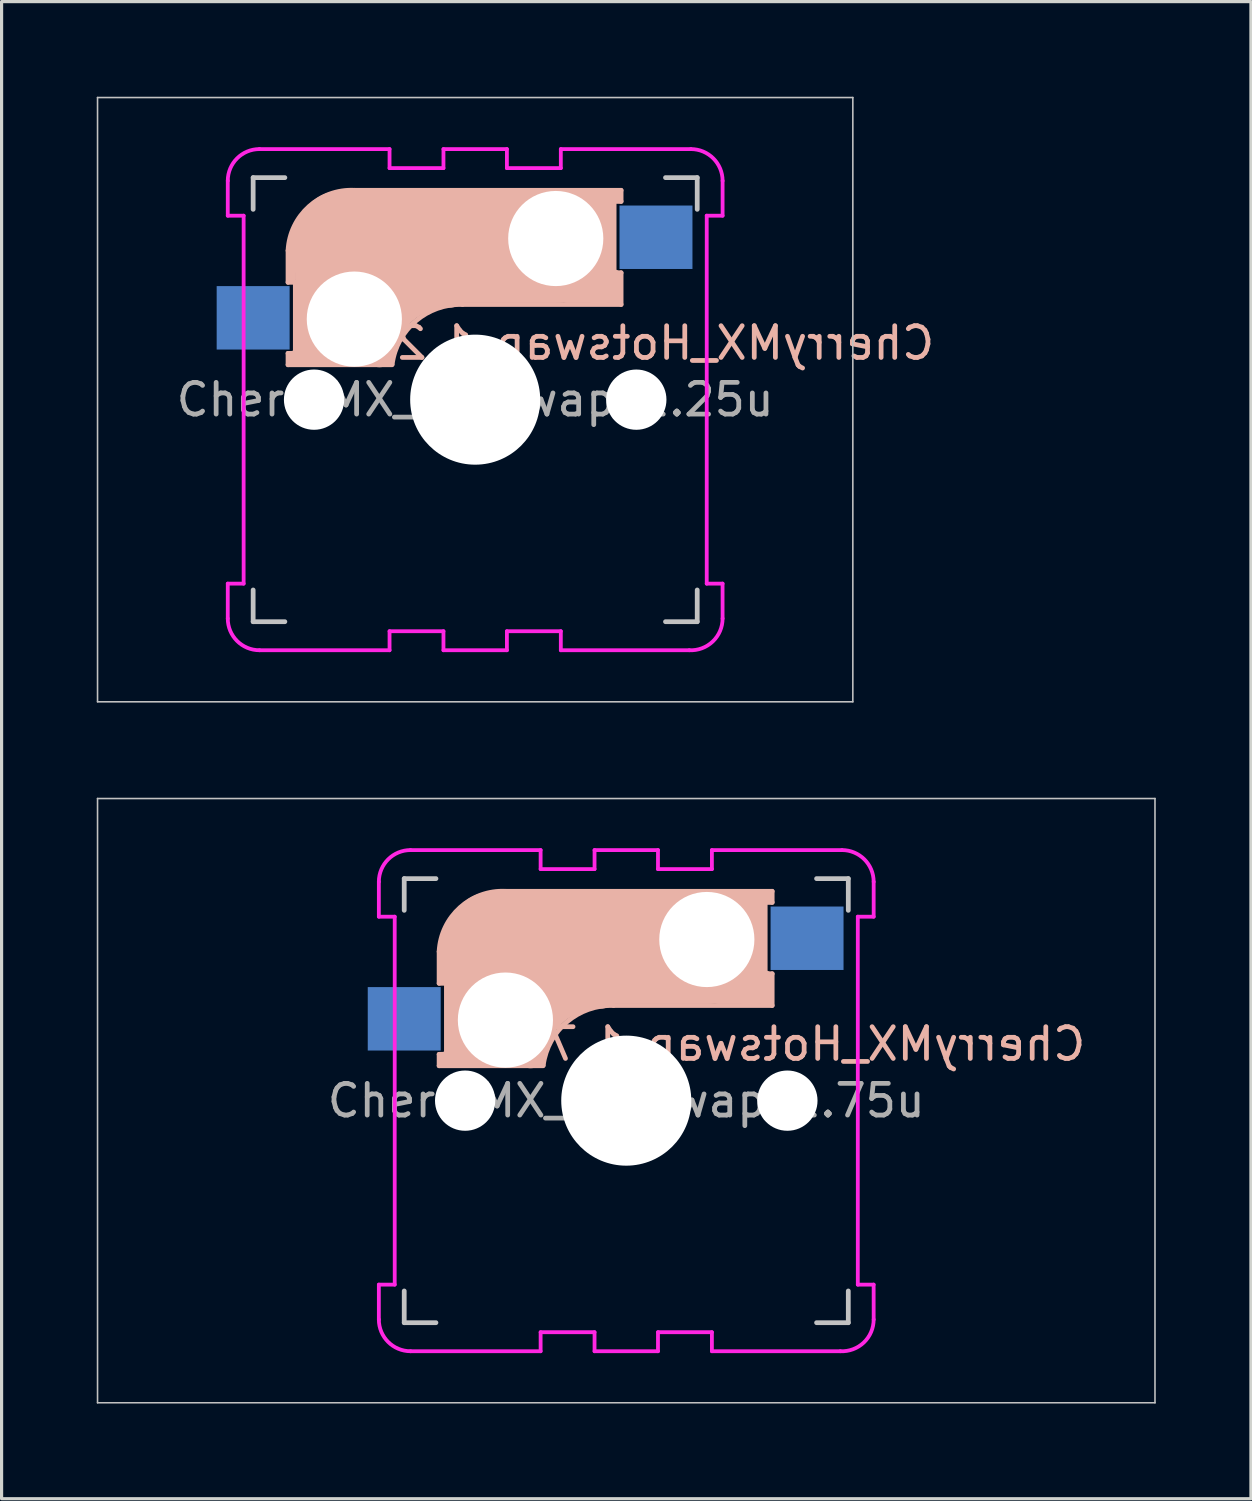
<source format=kicad_pcb>
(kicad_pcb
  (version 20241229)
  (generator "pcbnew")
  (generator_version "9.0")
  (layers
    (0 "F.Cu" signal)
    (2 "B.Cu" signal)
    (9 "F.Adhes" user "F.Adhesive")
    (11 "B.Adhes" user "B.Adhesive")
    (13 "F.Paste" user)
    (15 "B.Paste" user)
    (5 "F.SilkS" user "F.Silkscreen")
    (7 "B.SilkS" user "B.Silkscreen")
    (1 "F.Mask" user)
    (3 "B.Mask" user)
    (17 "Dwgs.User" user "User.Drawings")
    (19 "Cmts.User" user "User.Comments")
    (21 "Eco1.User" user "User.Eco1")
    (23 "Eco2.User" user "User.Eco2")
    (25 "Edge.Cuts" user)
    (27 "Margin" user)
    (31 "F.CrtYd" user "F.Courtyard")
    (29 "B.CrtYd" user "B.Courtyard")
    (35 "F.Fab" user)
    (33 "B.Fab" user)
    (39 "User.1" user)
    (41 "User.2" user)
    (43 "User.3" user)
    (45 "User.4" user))
  (footprint "CherryMX_Hotswap_1.75u"
    (layer "F.Cu")
    (at 16.694 31.65)
    (property "Reference" "CherryMX_Hotswap_1.75u" (at 0 0 0) (layer "F.Fab") (effects (font (size 1 1) (thickness 0.15))))
    (attr through_hole)
    (fp_line (start -5.9 -4.7) (end -5.9 -3.7) (stroke (width 0.15) (type solid)) (layer "B.SilkS"))
    (fp_line (start -5.9 -3.7) (end -5.7 -3.7) (stroke (width 0.15) (type solid)) (layer "B.SilkS"))
    (fp_line (start -5.9 -1.1) (end -5.9 -1.46) (stroke (width 0.15) (type solid)) (layer "B.SilkS"))
    (fp_line (start -5.9 -1.1) (end -2.62 -1.1) (stroke (width 0.15) (type solid)) (layer "B.SilkS"))
    (fp_line (start -5.8 -3.8) (end -5.8 -4.7) (stroke (width 0.3) (type solid)) (layer "B.SilkS"))
    (fp_line (start -5.7 -1.46) (end -5.9 -1.46) (stroke (width 0.15) (type solid)) (layer "B.SilkS"))
    (fp_line (start -5.7 -1.3) (end -3 -1.3) (stroke (width 0.5) (type solid)) (layer "B.SilkS"))
    (fp_line (start -5.67 -3.7) (end -5.67 -1.46) (stroke (width 0.15) (type solid)) (layer "B.SilkS"))
    (fp_line (start -5.3 -1.6) (end -5.3 -3.4) (stroke (width 0.8) (type solid)) (layer "B.SilkS"))
    (fp_line (start -4.17 -5.1) (end -4.17 -2.86) (stroke (width 3) (type solid)) (layer "B.SilkS"))
    (fp_line (start -0.4 -3) (end 4.6 -3) (stroke (width 0.15) (type solid)) (layer "B.SilkS"))
    (fp_line (start 2.6 -4.8) (end -4.1 -4.8) (stroke (width 3.5) (type solid)) (layer "B.SilkS"))
    (fp_line (start 3.9 -6) (end 3.9 -3.5) (stroke (width 1) (type solid)) (layer "B.SilkS"))
    (fp_line (start 4.3 -3.3) (end 2.9 -3.3) (stroke (width 0.5) (type solid)) (layer "B.SilkS"))
    (fp_line (start 4.38 -4) (end 4.38 -6.25) (stroke (width 0.15) (type solid)) (layer "B.SilkS"))
    (fp_line (start 4.4 -6.4) (end 3 -6.4) (stroke (width 0.4) (type solid)) (layer "B.SilkS"))
    (fp_line (start 4.4 -6.25) (end 4.6 -6.25) (stroke (width 0.15) (type solid)) (layer "B.SilkS"))
    (fp_line (start 4.4 -3.9) (end 4.4 -3.2) (stroke (width 0.4) (type solid)) (layer "B.SilkS"))
    (fp_line (start 4.6 -6.6) (end -3.8 -6.6) (stroke (width 0.15) (type solid)) (layer "B.SilkS"))
    (fp_line (start 4.6 -6.25) (end 4.6 -6.6) (stroke (width 0.15) (type solid)) (layer "B.SilkS"))
    (fp_line (start 4.6 -4) (end 4.4 -4) (stroke (width 0.15) (type solid)) (layer "B.SilkS"))
    (fp_line (start 4.6 -3) (end 4.6 -4) (stroke (width 0.15) (type solid)) (layer "B.SilkS"))
    (fp_arc (start -5.9 -4.699999) (mid -5.243504 -6.084924) (end -3.800001 -6.6) (stroke (width 0.15) (type solid)) (layer "B.SilkS"))
    (fp_arc (start -3.016318 -1.521471) (mid -2.268709 -2.886118) (end -0.8 -3.4) (stroke (width 1) (type solid)) (layer "B.SilkS"))
    (fp_arc (start -2.616318 -1.121471) (mid -1.868709 -2.486118) (end -0.4 -3) (stroke (width 0.15) (type solid)) (layer "B.SilkS"))
    (fp_line (start -16.669 -9.525) (end 16.669 -9.525) (stroke (width 0.05) (type solid)) (layer "Dwgs.User"))
    (fp_line (start -16.669 9.525) (end -16.669 -9.525) (stroke (width 0.05) (type solid)) (layer "Dwgs.User"))
    (fp_line (start -7 -7) (end -6 -7) (stroke (width 0.15) (type solid)) (layer "Dwgs.User"))
    (fp_line (start -7 -6) (end -7 -7) (stroke (width 0.15) (type solid)) (layer "Dwgs.User"))
    (fp_line (start -7 6) (end -7 7) (stroke (width 0.15) (type solid)) (layer "Dwgs.User"))
    (fp_line (start -7 7) (end -6 7) (stroke (width 0.15) (type solid)) (layer "Dwgs.User"))
    (fp_line (start 6 7) (end 7 7) (stroke (width 0.15) (type solid)) (layer "Dwgs.User"))
    (fp_line (start 7 -7) (end 6 -7) (stroke (width 0.15) (type solid)) (layer "Dwgs.User"))
    (fp_line (start 7 -7) (end 7 -6) (stroke (width 0.15) (type solid)) (layer "Dwgs.User"))
    (fp_line (start 7 7) (end 7 6) (stroke (width 0.15) (type solid)) (layer "Dwgs.User"))
    (fp_line (start 16.669 -9.525) (end 16.669 9.525) (stroke (width 0.05) (type solid)) (layer "Dwgs.User"))
    (fp_line (start 16.669 9.525) (end -16.669 9.525) (stroke (width 0.05) (type solid)) (layer "Dwgs.User"))
    (fp_line (start -7.8 -6.9) (end -7.8 -5.8) (stroke (width 0.12) (type solid)) (layer "F.CrtYd"))
    (fp_line (start -7.8 -5.8) (end -7.3 -5.8) (stroke (width 0.12) (type solid)) (layer "F.CrtYd"))
    (fp_line (start -7.8 5.8) (end -7.3 5.8) (stroke (width 0.12) (type solid)) (layer "F.CrtYd"))
    (fp_line (start -7.8 6.9) (end -7.8 5.8) (stroke (width 0.12) (type solid)) (layer "F.CrtYd"))
    (fp_line (start -7.3 -5.8) (end -7.3 5.8) (stroke (width 0.12) (type solid)) (layer "F.CrtYd"))
    (fp_line (start -6.8 -7.9) (end -2.7 -7.9) (stroke (width 0.12) (type solid)) (layer "F.CrtYd"))
    (fp_line (start -6.8 7.9) (end -2.7 7.9) (stroke (width 0.12) (type solid)) (layer "F.CrtYd"))
    (fp_line (start -2.7 -7.9) (end -2.7 -7.3) (stroke (width 0.12) (type solid)) (layer "F.CrtYd"))
    (fp_line (start -2.7 7.3) (end -1 7.3) (stroke (width 0.12) (type solid)) (layer "F.CrtYd"))
    (fp_line (start -2.7 7.9) (end -2.7 7.3) (stroke (width 0.12) (type solid)) (layer "F.CrtYd"))
    (fp_line (start -1 -7.9) (end -1 -7.3) (stroke (width 0.12) (type solid)) (layer "F.CrtYd"))
    (fp_line (start -1 -7.9) (end 1 -7.9) (stroke (width 0.12) (type solid)) (layer "F.CrtYd"))
    (fp_line (start -1 -7.3) (end -2.7 -7.3) (stroke (width 0.12) (type solid)) (layer "F.CrtYd"))
    (fp_line (start -1 7.3) (end -1 7.9) (stroke (width 0.12) (type solid)) (layer "F.CrtYd"))
    (fp_line (start -1 7.9) (end 1 7.9) (stroke (width 0.12) (type solid)) (layer "F.CrtYd"))
    (fp_line (start 1 -7.9) (end 1 -7.3) (stroke (width 0.12) (type solid)) (layer "F.CrtYd"))
    (fp_line (start 1 -7.3) (end 2.7 -7.3) (stroke (width 0.12) (type solid)) (layer "F.CrtYd"))
    (fp_line (start 1 7.3) (end 2.7 7.3) (stroke (width 0.12) (type solid)) (layer "F.CrtYd"))
    (fp_line (start 1 7.9) (end 1 7.3) (stroke (width 0.12) (type solid)) (layer "F.CrtYd"))
    (fp_line (start 2.7 -7.9) (end 2.7 -7.3) (stroke (width 0.12) (type solid)) (layer "F.CrtYd"))
    (fp_line (start 2.7 7.9) (end 2.7 7.3) (stroke (width 0.12) (type solid)) (layer "F.CrtYd"))
    (fp_line (start 6.749 7.9) (end 2.7 7.9) (stroke (width 0.12) (type solid)) (layer "F.CrtYd"))
    (fp_line (start 6.8 -7.9) (end 2.7 -7.9) (stroke (width 0.12) (type solid)) (layer "F.CrtYd"))
    (fp_line (start 7.3 5.8) (end 7.3 -5.8) (stroke (width 0.12) (type solid)) (layer "F.CrtYd"))
    (fp_line (start 7.799 5.8) (end 7.3 5.8) (stroke (width 0.12) (type solid)) (layer "F.CrtYd"))
    (fp_line (start 7.8 -6.9) (end 7.8 -5.8) (stroke (width 0.12) (type solid)) (layer "F.CrtYd"))
    (fp_line (start 7.8 -5.8) (end 7.3 -5.8) (stroke (width 0.12) (type solid)) (layer "F.CrtYd"))
    (fp_line (start 7.8 6.9) (end 7.799 5.8) (stroke (width 0.12) (type solid)) (layer "F.CrtYd"))
    (fp_arc (start -7.8 -6.9) (mid -7.507107 -7.607107) (end -6.8 -7.9) (stroke (width 0.12) (type solid)) (layer "F.CrtYd"))
    (fp_arc (start -6.8 7.9) (mid -7.507107 7.607107) (end -7.8 6.9) (stroke (width 0.12) (type solid)) (layer "F.CrtYd"))
    (fp_arc (start 6.8 -7.9) (mid 7.507107 -7.607107) (end 7.8 -6.9) (stroke (width 0.12) (type solid)) (layer "F.CrtYd"))
    (fp_arc (start 7.8 6.9) (mid 7.488837 7.625452) (end 6.748751 7.9) (stroke (width 0.12) (type solid)) (layer "F.CrtYd"))
    (fp_text user "${REFERENCE}" (at 5.06 -1.786 0) (layer "B.SilkS") (effects (font (size 1 1) (thickness 0.15)) (justify mirror)))
    (pad "" np_thru_hole circle (at -5.08 0) (size 1.9 1.9) (drill 1.9) (layers "*.Cu" "*.Mask"))
    (pad "" np_thru_hole circle (at -3.81 -2.54 180) (size 3 3) (drill 3) (layers "*.Cu" "*.Mask"))
    (pad "" np_thru_hole circle (at 0 0 90) (size 4.1 4.1) (drill 4.1) (layers "*.Cu" "*.Mask"))
    (pad "" np_thru_hole circle (at 2.54 -5.08 180) (size 3 3) (drill 3) (layers "*.Cu" "*.Mask"))
    (pad "" np_thru_hole circle (at 5.08 0) (size 1.9 1.9) (drill 1.9) (layers "*.Cu" "*.Mask"))
    (pad "1" smd rect (at -7 -2.58 180) (size 2.3 2) (layers "B.Cu" "B.Mask" "B.Paste"))
    (pad "2" smd rect (at 5.7 -5.12 180) (size 2.3 2) (layers "B.Cu" "B.Mask" "B.Paste")))
  (footprint "CherryMX_Hotswap_1.25u"
    (layer "F.Cu")
    (at 11.931 9.55)
    (property "Reference" "CherryMX_Hotswap_1.25u" (at 0 0 0) (layer "F.Fab") (effects (font (size 1 1) (thickness 0.15))))
    (attr through_hole)
    (fp_line (start -5.9 -4.7) (end -5.9 -3.7) (stroke (width 0.15) (type solid)) (layer "B.SilkS"))
    (fp_line (start -5.9 -3.7) (end -5.7 -3.7) (stroke (width 0.15) (type solid)) (layer "B.SilkS"))
    (fp_line (start -5.9 -1.1) (end -5.9 -1.46) (stroke (width 0.15) (type solid)) (layer "B.SilkS"))
    (fp_line (start -5.9 -1.1) (end -2.62 -1.1) (stroke (width 0.15) (type solid)) (layer "B.SilkS"))
    (fp_line (start -5.8 -3.8) (end -5.8 -4.7) (stroke (width 0.3) (type solid)) (layer "B.SilkS"))
    (fp_line (start -5.7 -1.46) (end -5.9 -1.46) (stroke (width 0.15) (type solid)) (layer "B.SilkS"))
    (fp_line (start -5.7 -1.3) (end -3 -1.3) (stroke (width 0.5) (type solid)) (layer "B.SilkS"))
    (fp_line (start -5.67 -3.7) (end -5.67 -1.46) (stroke (width 0.15) (type solid)) (layer "B.SilkS"))
    (fp_line (start -5.3 -1.6) (end -5.3 -3.4) (stroke (width 0.8) (type solid)) (layer "B.SilkS"))
    (fp_line (start -4.17 -5.1) (end -4.17 -2.86) (stroke (width 3) (type solid)) (layer "B.SilkS"))
    (fp_line (start -0.4 -3) (end 4.6 -3) (stroke (width 0.15) (type solid)) (layer "B.SilkS"))
    (fp_line (start 2.6 -4.8) (end -4.1 -4.8) (stroke (width 3.5) (type solid)) (layer "B.SilkS"))
    (fp_line (start 3.9 -6) (end 3.9 -3.5) (stroke (width 1) (type solid)) (layer "B.SilkS"))
    (fp_line (start 4.3 -3.3) (end 2.9 -3.3) (stroke (width 0.5) (type solid)) (layer "B.SilkS"))
    (fp_line (start 4.38 -4) (end 4.38 -6.25) (stroke (width 0.15) (type solid)) (layer "B.SilkS"))
    (fp_line (start 4.4 -6.4) (end 3 -6.4) (stroke (width 0.4) (type solid)) (layer "B.SilkS"))
    (fp_line (start 4.4 -6.25) (end 4.6 -6.25) (stroke (width 0.15) (type solid)) (layer "B.SilkS"))
    (fp_line (start 4.4 -3.9) (end 4.4 -3.2) (stroke (width 0.4) (type solid)) (layer "B.SilkS"))
    (fp_line (start 4.6 -6.6) (end -3.8 -6.6) (stroke (width 0.15) (type solid)) (layer "B.SilkS"))
    (fp_line (start 4.6 -6.25) (end 4.6 -6.6) (stroke (width 0.15) (type solid)) (layer "B.SilkS"))
    (fp_line (start 4.6 -4) (end 4.4 -4) (stroke (width 0.15) (type solid)) (layer "B.SilkS"))
    (fp_line (start 4.6 -3) (end 4.6 -4) (stroke (width 0.15) (type solid)) (layer "B.SilkS"))
    (fp_arc (start -5.9 -4.699999) (mid -5.243504 -6.084924) (end -3.800001 -6.6) (stroke (width 0.15) (type solid)) (layer "B.SilkS"))
    (fp_arc (start -3.016318 -1.521471) (mid -2.268709 -2.886118) (end -0.8 -3.4) (stroke (width 1) (type solid)) (layer "B.SilkS"))
    (fp_arc (start -2.616318 -1.121471) (mid -1.868709 -2.486118) (end -0.4 -3) (stroke (width 0.15) (type solid)) (layer "B.SilkS"))
    (fp_line (start -11.906 -9.525) (end 11.906 -9.525) (stroke (width 0.05) (type solid)) (layer "Dwgs.User"))
    (fp_line (start -11.906 9.525) (end -11.906 -9.525) (stroke (width 0.05) (type solid)) (layer "Dwgs.User"))
    (fp_line (start -7 -7) (end -6 -7) (stroke (width 0.15) (type solid)) (layer "Dwgs.User"))
    (fp_line (start -7 -6) (end -7 -7) (stroke (width 0.15) (type solid)) (layer "Dwgs.User"))
    (fp_line (start -7 6) (end -7 7) (stroke (width 0.15) (type solid)) (layer "Dwgs.User"))
    (fp_line (start -7 7) (end -6 7) (stroke (width 0.15) (type solid)) (layer "Dwgs.User"))
    (fp_line (start 6 7) (end 7 7) (stroke (width 0.15) (type solid)) (layer "Dwgs.User"))
    (fp_line (start 7 -7) (end 6 -7) (stroke (width 0.15) (type solid)) (layer "Dwgs.User"))
    (fp_line (start 7 -7) (end 7 -6) (stroke (width 0.15) (type solid)) (layer "Dwgs.User"))
    (fp_line (start 7 7) (end 7 6) (stroke (width 0.15) (type solid)) (layer "Dwgs.User"))
    (fp_line (start 11.906 -9.525) (end 11.906 9.525) (stroke (width 0.05) (type solid)) (layer "Dwgs.User"))
    (fp_line (start 11.906 9.525) (end -11.906 9.525) (stroke (width 0.05) (type solid)) (layer "Dwgs.User"))
    (fp_line (start -7.8 -6.9) (end -7.8 -5.8) (stroke (width 0.12) (type solid)) (layer "F.CrtYd"))
    (fp_line (start -7.8 -5.8) (end -7.3 -5.8) (stroke (width 0.12) (type solid)) (layer "F.CrtYd"))
    (fp_line (start -7.8 5.8) (end -7.3 5.8) (stroke (width 0.12) (type solid)) (layer "F.CrtYd"))
    (fp_line (start -7.8 6.9) (end -7.8 5.8) (stroke (width 0.12) (type solid)) (layer "F.CrtYd"))
    (fp_line (start -7.3 -5.8) (end -7.3 5.8) (stroke (width 0.12) (type solid)) (layer "F.CrtYd"))
    (fp_line (start -6.8 -7.9) (end -2.7 -7.9) (stroke (width 0.12) (type solid)) (layer "F.CrtYd"))
    (fp_line (start -6.8 7.9) (end -2.7 7.9) (stroke (width 0.12) (type solid)) (layer "F.CrtYd"))
    (fp_line (start -2.7 -7.9) (end -2.7 -7.3) (stroke (width 0.12) (type solid)) (layer "F.CrtYd"))
    (fp_line (start -2.7 7.3) (end -1 7.3) (stroke (width 0.12) (type solid)) (layer "F.CrtYd"))
    (fp_line (start -2.7 7.9) (end -2.7 7.3) (stroke (width 0.12) (type solid)) (layer "F.CrtYd"))
    (fp_line (start -1 -7.9) (end -1 -7.3) (stroke (width 0.12) (type solid)) (layer "F.CrtYd"))
    (fp_line (start -1 -7.9) (end 1 -7.9) (stroke (width 0.12) (type solid)) (layer "F.CrtYd"))
    (fp_line (start -1 -7.3) (end -2.7 -7.3) (stroke (width 0.12) (type solid)) (layer "F.CrtYd"))
    (fp_line (start -1 7.3) (end -1 7.9) (stroke (width 0.12) (type solid)) (layer "F.CrtYd"))
    (fp_line (start -1 7.9) (end 1 7.9) (stroke (width 0.12) (type solid)) (layer "F.CrtYd"))
    (fp_line (start 1 -7.9) (end 1 -7.3) (stroke (width 0.12) (type solid)) (layer "F.CrtYd"))
    (fp_line (start 1 -7.3) (end 2.7 -7.3) (stroke (width 0.12) (type solid)) (layer "F.CrtYd"))
    (fp_line (start 1 7.3) (end 2.7 7.3) (stroke (width 0.12) (type solid)) (layer "F.CrtYd"))
    (fp_line (start 1 7.9) (end 1 7.3) (stroke (width 0.12) (type solid)) (layer "F.CrtYd"))
    (fp_line (start 2.7 -7.9) (end 2.7 -7.3) (stroke (width 0.12) (type solid)) (layer "F.CrtYd"))
    (fp_line (start 2.7 7.9) (end 2.7 7.3) (stroke (width 0.12) (type solid)) (layer "F.CrtYd"))
    (fp_line (start 6.749 7.9) (end 2.7 7.9) (stroke (width 0.12) (type solid)) (layer "F.CrtYd"))
    (fp_line (start 6.8 -7.9) (end 2.7 -7.9) (stroke (width 0.12) (type solid)) (layer "F.CrtYd"))
    (fp_line (start 7.3 5.8) (end 7.3 -5.8) (stroke (width 0.12) (type solid)) (layer "F.CrtYd"))
    (fp_line (start 7.799 5.8) (end 7.3 5.8) (stroke (width 0.12) (type solid)) (layer "F.CrtYd"))
    (fp_line (start 7.8 -6.9) (end 7.8 -5.8) (stroke (width 0.12) (type solid)) (layer "F.CrtYd"))
    (fp_line (start 7.8 -5.8) (end 7.3 -5.8) (stroke (width 0.12) (type solid)) (layer "F.CrtYd"))
    (fp_line (start 7.8 6.9) (end 7.799 5.8) (stroke (width 0.12) (type solid)) (layer "F.CrtYd"))
    (fp_arc (start -7.8 -6.9) (mid -7.507107 -7.607107) (end -6.8 -7.9) (stroke (width 0.12) (type solid)) (layer "F.CrtYd"))
    (fp_arc (start -6.8 7.9) (mid -7.507107 7.607107) (end -7.8 6.9) (stroke (width 0.12) (type solid)) (layer "F.CrtYd"))
    (fp_arc (start 6.8 -7.9) (mid 7.507107 -7.607107) (end 7.8 -6.9) (stroke (width 0.12) (type solid)) (layer "F.CrtYd"))
    (fp_arc (start 7.8 6.9) (mid 7.488837 7.625452) (end 6.748751 7.9) (stroke (width 0.12) (type solid)) (layer "F.CrtYd"))
    (fp_text user "${REFERENCE}" (at 5.06 -1.786 0) (layer "B.SilkS") (effects (font (size 1 1) (thickness 0.15)) (justify mirror)))
    (pad "" np_thru_hole circle (at -5.08 0) (size 1.9 1.9) (drill 1.9) (layers "*.Cu" "*.Mask"))
    (pad "" np_thru_hole circle (at -3.81 -2.54 180) (size 3 3) (drill 3) (layers "*.Cu" "*.Mask"))
    (pad "" np_thru_hole circle (at 0 0 90) (size 4.1 4.1) (drill 4.1) (layers "*.Cu" "*.Mask"))
    (pad "" np_thru_hole circle (at 2.54 -5.08 180) (size 3 3) (drill 3) (layers "*.Cu" "*.Mask"))
    (pad "" np_thru_hole circle (at 5.08 0) (size 1.9 1.9) (drill 1.9) (layers "*.Cu" "*.Mask"))
    (pad "1" smd rect (at -7 -2.58 180) (size 2.3 2) (layers "B.Cu" "B.Mask" "B.Paste"))
    (pad "2" smd rect (at 5.7 -5.12 180) (size 2.3 2) (layers "B.Cu" "B.Mask" "B.Paste")))
  (gr_rect
    (start -3 -3)
    (end 36.388 44.2)
    (stroke (width 0.1) (type default))
    (fill no)
    (layer "Edge.Cuts")))
</source>
